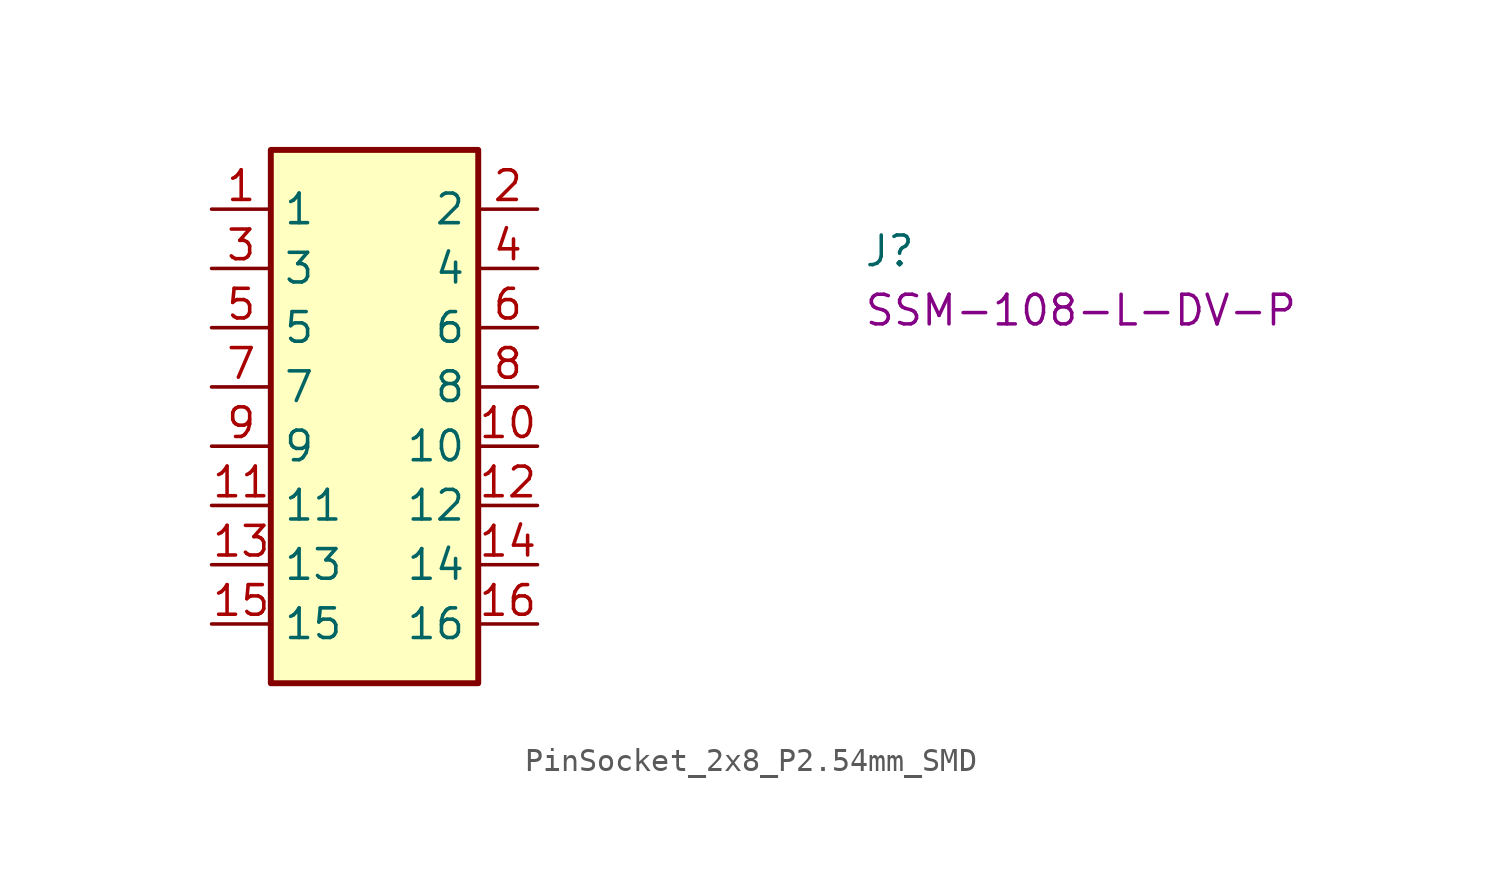
<source format=kicad_sym>
(kicad_symbol_lib
  (version 20220914)
  (generator kicad_symbol_editor)
  (symbol "PinSocket_2x8_P2.54mm_SMD"
    (property "Reference" "J"
      (at 27.94 -2.54 0)
      (effects (font (size 1.27 1.27) (thickness 0.15)) (justify left bottom)))
    (property "MPN" "SSM-108-L-DV-P"
      (at 27.94 -5.08 0)
      (effects (font (size 1.27 1.27) (thickness 0.15)) (justify left bottom)))
    (symbol "PinSocket_2x8_P2.54mm_SMD_1_1"
      (rectangle (start 2.54 2.54) (end 11.43 -20.32) (stroke (width 0.254) (type default)) (fill (type background)))
      (pin passive line (at 0 0 0) (length 2.54) (name "1" (effects (font (size 1.27 1.27)))) (number "1" (effects (font (size 1.27 1.27)))))
      (pin passive line (at 13.97 -10.16 180) (length 2.54) (name "10" (effects (font (size 1.27 1.27)))) (number "10" (effects (font (size 1.27 1.27)))))
      (pin passive line (at 0 -12.7 0) (length 2.54) (name "11" (effects (font (size 1.27 1.27)))) (number "11" (effects (font (size 1.27 1.27)))))
      (pin passive line (at 13.97 -12.7 180) (length 2.54) (name "12" (effects (font (size 1.27 1.27)))) (number "12" (effects (font (size 1.27 1.27)))))
      (pin passive line (at 0 -15.24 0) (length 2.54) (name "13" (effects (font (size 1.27 1.27)))) (number "13" (effects (font (size 1.27 1.27)))))
      (pin passive line (at 13.97 -15.24 180) (length 2.54) (name "14" (effects (font (size 1.27 1.27)))) (number "14" (effects (font (size 1.27 1.27)))))
      (pin passive line (at 0 -17.78 0) (length 2.54) (name "15" (effects (font (size 1.27 1.27)))) (number "15" (effects (font (size 1.27 1.27)))))
      (pin passive line (at 13.97 -17.78 180) (length 2.54) (name "16" (effects (font (size 1.27 1.27)))) (number "16" (effects (font (size 1.27 1.27)))))
      (pin passive line (at 13.97 0 180) (length 2.54) (name "2" (effects (font (size 1.27 1.27)))) (number "2" (effects (font (size 1.27 1.27)))))
      (pin passive line (at 0 -2.54 0) (length 2.54) (name "3" (effects (font (size 1.27 1.27)))) (number "3" (effects (font (size 1.27 1.27)))))
      (pin passive line (at 13.97 -2.54 180) (length 2.54) (name "4" (effects (font (size 1.27 1.27)))) (number "4" (effects (font (size 1.27 1.27)))))
      (pin passive line (at 0 -5.08 0) (length 2.54) (name "5" (effects (font (size 1.27 1.27)))) (number "5" (effects (font (size 1.27 1.27)))))
      (pin passive line (at 13.97 -5.08 180) (length 2.54) (name "6" (effects (font (size 1.27 1.27)))) (number "6" (effects (font (size 1.27 1.27)))))
      (pin passive line (at 0 -7.62 0) (length 2.54) (name "7" (effects (font (size 1.27 1.27)))) (number "7" (effects (font (size 1.27 1.27)))))
      (pin passive line (at 13.97 -7.62 180) (length 2.54) (name "8" (effects (font (size 1.27 1.27)))) (number "8" (effects (font (size 1.27 1.27)))))
      (pin passive line (at 0 -10.16 0) (length 2.54) (name "9" (effects (font (size 1.27 1.27)))) (number "9" (effects (font (size 1.27 1.27))))))))
</source>
